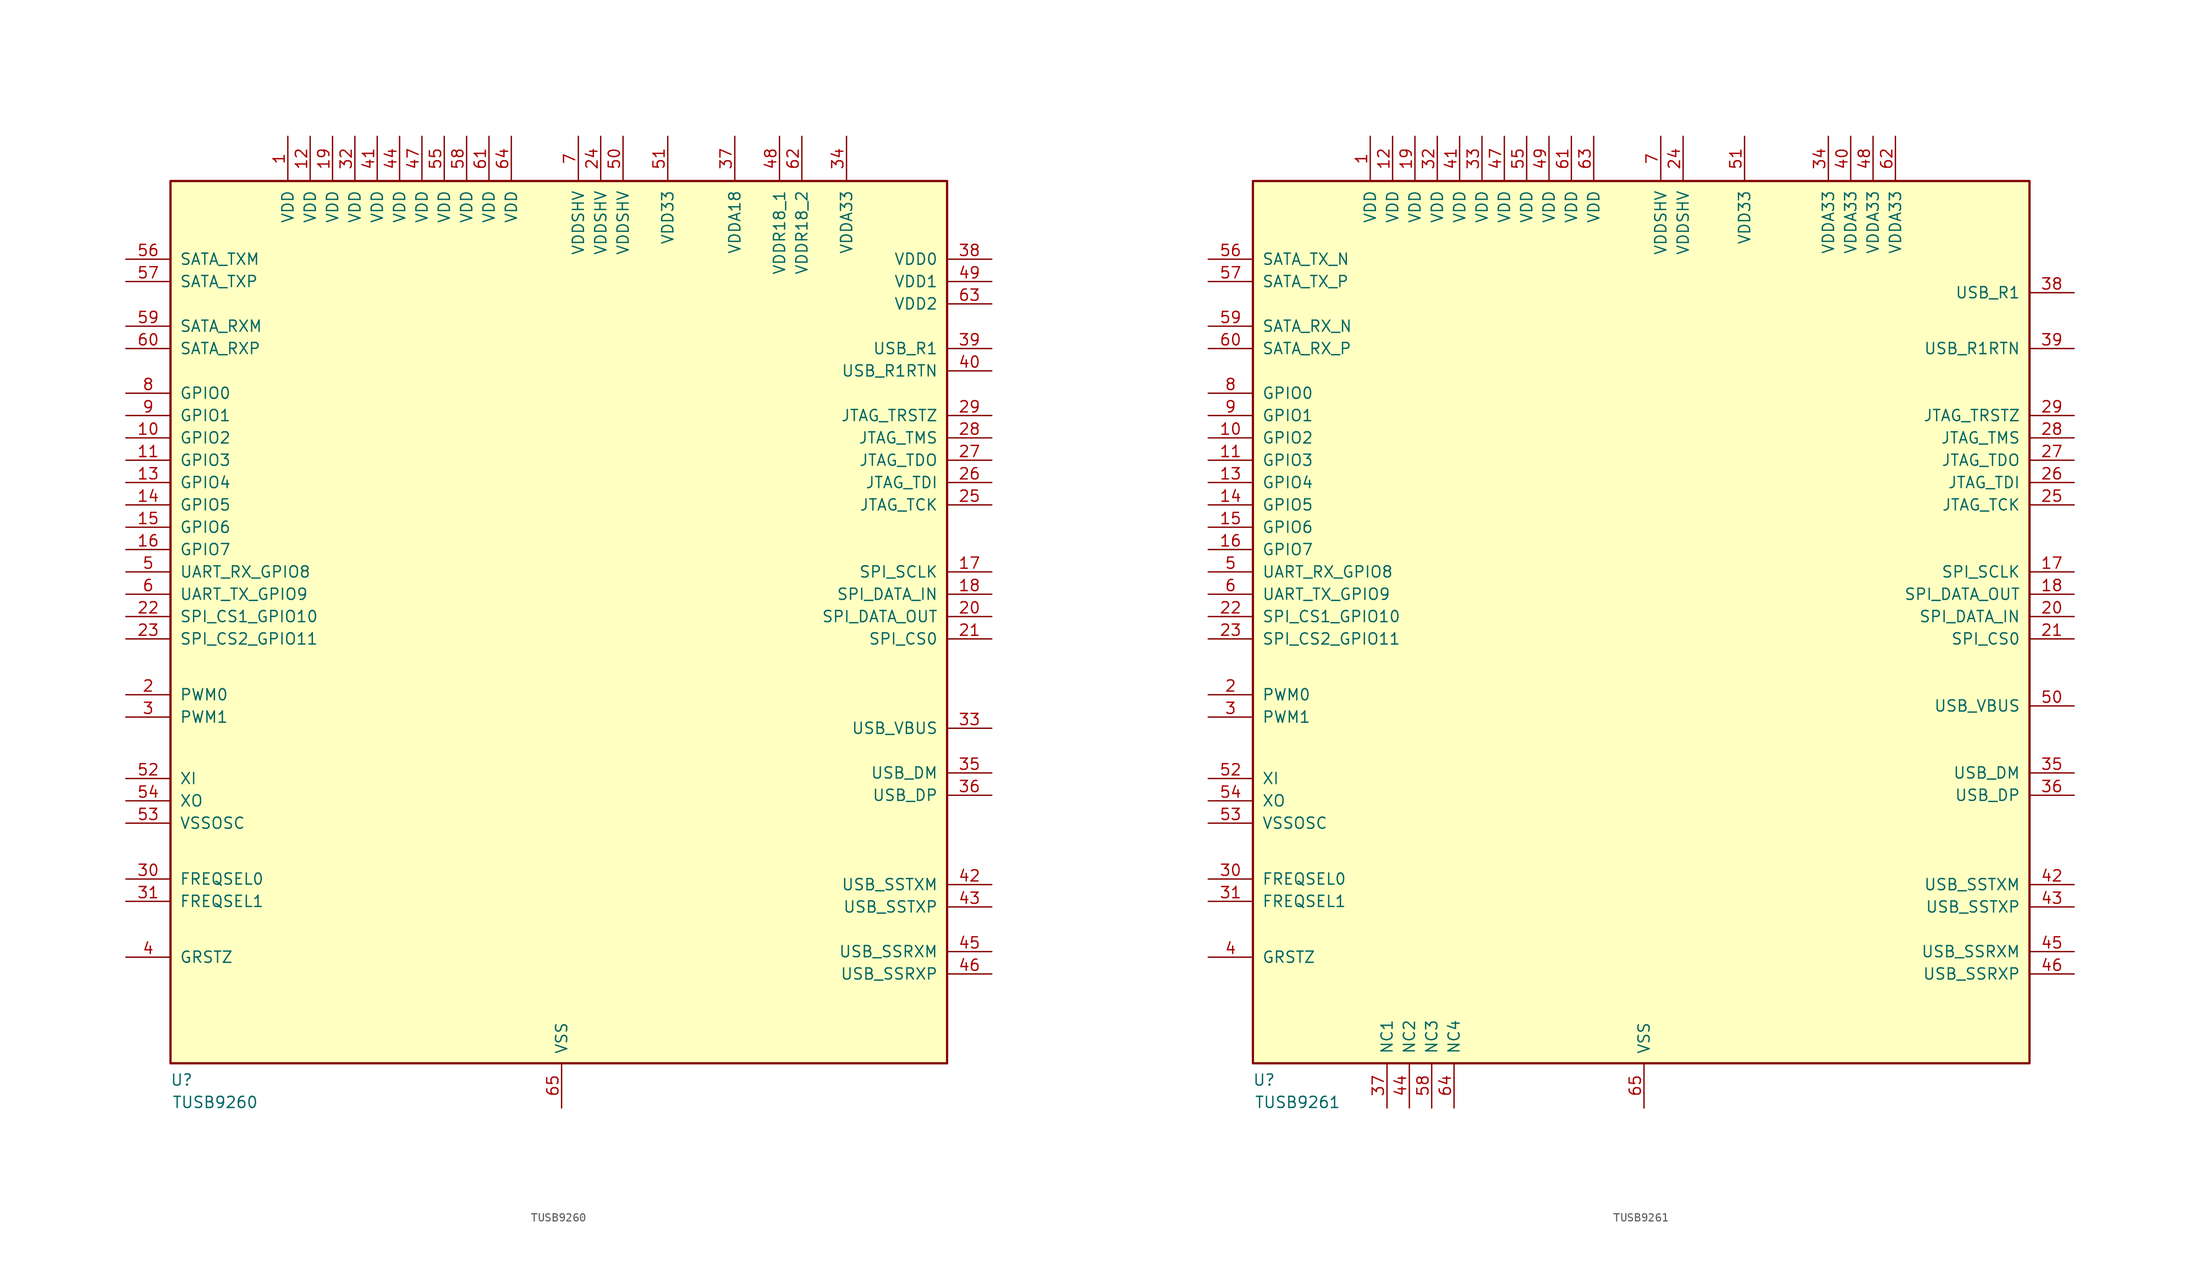
<source format=kicad_sym>
(kicad_symbol_lib
  (version 20211014)
  (generator kicad_symbol_editor)
  (symbol "TUSB9260"
    (pin_names
      (offset 1.016))
    (property "Reference" "U"
      (at -43.18 -43.815 0)
      (effects (font (size 1.27 1.27))))
    (property "Value" "TUSB9260"
      (at -39.37 -46.355 0)
      (effects (font (size 1.27 1.27))))
    (symbol "TUSB9260_0_1"
      (rectangle (start 43.815 58.42) (end -44.45 -41.91) (stroke (width 0.254) (type default) (color 0 0 0 0)) (fill (type background))))
    (symbol "TUSB9260_1_1"
      (pin power_in line (at -31.115 63.5 270) (length 5.08) (name "VDD" (effects (font (size 1.27 1.27)))) (number "1" (effects (font (size 1.27 1.27)))))
      (pin input line (at -49.53 29.21 0) (length 5.08) (name "GPIO2" (effects (font (size 1.27 1.27)))) (number "10" (effects (font (size 1.27 1.27)))))
      (pin input line (at -49.53 26.67 0) (length 5.08) (name "GPIO3" (effects (font (size 1.27 1.27)))) (number "11" (effects (font (size 1.27 1.27)))))
      (pin power_in line (at -28.575 63.5 270) (length 5.08) (name "VDD" (effects (font (size 1.27 1.27)))) (number "12" (effects (font (size 1.27 1.27)))))
      (pin input line (at -49.53 24.13 0) (length 5.08) (name "GPIO4" (effects (font (size 1.27 1.27)))) (number "13" (effects (font (size 1.27 1.27)))))
      (pin input line (at -49.53 21.59 0) (length 5.08) (name "GPIO5" (effects (font (size 1.27 1.27)))) (number "14" (effects (font (size 1.27 1.27)))))
      (pin input line (at -49.53 19.05 0) (length 5.08) (name "GPIO6" (effects (font (size 1.27 1.27)))) (number "15" (effects (font (size 1.27 1.27)))))
      (pin input line (at -49.53 16.51 0) (length 5.08) (name "GPIO7" (effects (font (size 1.27 1.27)))) (number "16" (effects (font (size 1.27 1.27)))))
      (pin input line (at 48.895 13.97 180) (length 5.08) (name "SPI_SCLK" (effects (font (size 1.27 1.27)))) (number "17" (effects (font (size 1.27 1.27)))))
      (pin input line (at 48.895 11.43 180) (length 5.08) (name "SPI_DATA_IN" (effects (font (size 1.27 1.27)))) (number "18" (effects (font (size 1.27 1.27)))))
      (pin power_in line (at -26.035 63.5 270) (length 5.08) (name "VDD" (effects (font (size 1.27 1.27)))) (number "19" (effects (font (size 1.27 1.27)))))
      (pin input line (at -49.53 0 0) (length 5.08) (name "PWM0" (effects (font (size 1.27 1.27)))) (number "2" (effects (font (size 1.27 1.27)))))
      (pin output line (at 48.895 8.89 180) (length 5.08) (name "SPI_DATA_OUT" (effects (font (size 1.27 1.27)))) (number "20" (effects (font (size 1.27 1.27)))))
      (pin input line (at 48.895 6.35 180) (length 5.08) (name "SPI_CS0" (effects (font (size 1.27 1.27)))) (number "21" (effects (font (size 1.27 1.27)))))
      (pin input line (at -49.53 8.89 0) (length 5.08) (name "SPI_CS1_GPIO10" (effects (font (size 1.27 1.27)))) (number "22" (effects (font (size 1.27 1.27)))))
      (pin input line (at -49.53 6.35 0) (length 5.08) (name "SPI_CS2_GPIO11" (effects (font (size 1.27 1.27)))) (number "23" (effects (font (size 1.27 1.27)))))
      (pin power_in line (at 4.445 63.5 270) (length 5.08) (name "VDDSHV" (effects (font (size 1.27 1.27)))) (number "24" (effects (font (size 1.27 1.27)))))
      (pin input line (at 48.895 21.59 180) (length 5.08) (name "JTAG_TCK" (effects (font (size 1.27 1.27)))) (number "25" (effects (font (size 1.27 1.27)))))
      (pin input line (at 48.895 24.13 180) (length 5.08) (name "JTAG_TDI" (effects (font (size 1.27 1.27)))) (number "26" (effects (font (size 1.27 1.27)))))
      (pin output line (at 48.895 26.67 180) (length 5.08) (name "JTAG_TDO" (effects (font (size 1.27 1.27)))) (number "27" (effects (font (size 1.27 1.27)))))
      (pin bidirectional line (at 48.895 29.21 180) (length 5.08) (name "JTAG_TMS" (effects (font (size 1.27 1.27)))) (number "28" (effects (font (size 1.27 1.27)))))
      (pin bidirectional line (at 48.895 31.75 180) (length 5.08) (name "JTAG_TRSTZ" (effects (font (size 1.27 1.27)))) (number "29" (effects (font (size 1.27 1.27)))))
      (pin input line (at -49.53 -2.54 0) (length 5.08) (name "PWM1" (effects (font (size 1.27 1.27)))) (number "3" (effects (font (size 1.27 1.27)))))
      (pin input line (at -49.53 -20.955 0) (length 5.08) (name "FREQSEL0" (effects (font (size 1.27 1.27)))) (number "30" (effects (font (size 1.27 1.27)))))
      (pin input line (at -49.53 -23.495 0) (length 5.08) (name "FREQSEL1" (effects (font (size 1.27 1.27)))) (number "31" (effects (font (size 1.27 1.27)))))
      (pin power_in line (at -23.495 63.5 270) (length 5.08) (name "VDD" (effects (font (size 1.27 1.27)))) (number "32" (effects (font (size 1.27 1.27)))))
      (pin input line (at 48.895 -3.81 180) (length 5.08) (name "USB_VBUS" (effects (font (size 1.27 1.27)))) (number "33" (effects (font (size 1.27 1.27)))))
      (pin power_in line (at 32.385 63.5 270) (length 5.08) (name "VDDA33" (effects (font (size 1.27 1.27)))) (number "34" (effects (font (size 1.27 1.27)))))
      (pin input line (at 48.895 -8.89 180) (length 5.08) (name "USB_DM" (effects (font (size 1.27 1.27)))) (number "35" (effects (font (size 1.27 1.27)))))
      (pin input line (at 48.895 -11.43 180) (length 5.08) (name "USB_DP" (effects (font (size 1.27 1.27)))) (number "36" (effects (font (size 1.27 1.27)))))
      (pin power_in line (at 19.685 63.5 270) (length 5.08) (name "VDDA18" (effects (font (size 1.27 1.27)))) (number "37" (effects (font (size 1.27 1.27)))))
      (pin power_in line (at 48.895 49.53 180) (length 5.08) (name "VDD0" (effects (font (size 1.27 1.27)))) (number "38" (effects (font (size 1.27 1.27)))))
      (pin input line (at 48.895 39.37 180) (length 5.08) (name "USB_R1" (effects (font (size 1.27 1.27)))) (number "39" (effects (font (size 1.27 1.27)))))
      (pin input line (at -49.53 -29.845 0) (length 5.08) (name "GRSTZ" (effects (font (size 1.27 1.27)))) (number "4" (effects (font (size 1.27 1.27)))))
      (pin input line (at 48.895 36.83 180) (length 5.08) (name "USB_R1RTN" (effects (font (size 1.27 1.27)))) (number "40" (effects (font (size 1.27 1.27)))))
      (pin power_in line (at -20.955 63.5 270) (length 5.08) (name "VDD" (effects (font (size 1.27 1.27)))) (number "41" (effects (font (size 1.27 1.27)))))
      (pin input line (at 48.895 -21.59 180) (length 5.08) (name "USB_SSTXM" (effects (font (size 1.27 1.27)))) (number "42" (effects (font (size 1.27 1.27)))))
      (pin input line (at 48.895 -24.13 180) (length 5.08) (name "USB_SSTXP" (effects (font (size 1.27 1.27)))) (number "43" (effects (font (size 1.27 1.27)))))
      (pin power_in line (at -18.415 63.5 270) (length 5.08) (name "VDD" (effects (font (size 1.27 1.27)))) (number "44" (effects (font (size 1.27 1.27)))))
      (pin input line (at 48.895 -29.21 180) (length 5.08) (name "USB_SSRXM" (effects (font (size 1.27 1.27)))) (number "45" (effects (font (size 1.27 1.27)))))
      (pin input line (at 48.895 -31.75 180) (length 5.08) (name "USB_SSRXP" (effects (font (size 1.27 1.27)))) (number "46" (effects (font (size 1.27 1.27)))))
      (pin power_in line (at -15.875 63.5 270) (length 5.08) (name "VDD" (effects (font (size 1.27 1.27)))) (number "47" (effects (font (size 1.27 1.27)))))
      (pin power_in line (at 24.765 63.5 270) (length 5.08) (name "VDDR18_1" (effects (font (size 1.27 1.27)))) (number "48" (effects (font (size 1.27 1.27)))))
      (pin power_in line (at 48.895 46.99 180) (length 5.08) (name "VDD1" (effects (font (size 1.27 1.27)))) (number "49" (effects (font (size 1.27 1.27)))))
      (pin input line (at -49.53 13.97 0) (length 5.08) (name "UART_RX_GPIO8" (effects (font (size 1.27 1.27)))) (number "5" (effects (font (size 1.27 1.27)))))
      (pin power_in line (at 6.985 63.5 270) (length 5.08) (name "VDDSHV" (effects (font (size 1.27 1.27)))) (number "50" (effects (font (size 1.27 1.27)))))
      (pin power_in line (at 12.065 63.5 270) (length 5.08) (name "VDD33" (effects (font (size 1.27 1.27)))) (number "51" (effects (font (size 1.27 1.27)))))
      (pin input line (at -49.53 -9.525 0) (length 5.08) (name "XI" (effects (font (size 1.27 1.27)))) (number "52" (effects (font (size 1.27 1.27)))))
      (pin input line (at -49.53 -14.605 0) (length 5.08) (name "VSSOSC" (effects (font (size 1.27 1.27)))) (number "53" (effects (font (size 1.27 1.27)))))
      (pin output line (at -49.53 -12.065 0) (length 5.08) (name "XO" (effects (font (size 1.27 1.27)))) (number "54" (effects (font (size 1.27 1.27)))))
      (pin power_in line (at -13.335 63.5 270) (length 5.08) (name "VDD" (effects (font (size 1.27 1.27)))) (number "55" (effects (font (size 1.27 1.27)))))
      (pin output line (at -49.53 49.53 0) (length 5.08) (name "SATA_TXM" (effects (font (size 1.27 1.27)))) (number "56" (effects (font (size 1.27 1.27)))))
      (pin output line (at -49.53 46.99 0) (length 5.08) (name "SATA_TXP" (effects (font (size 1.27 1.27)))) (number "57" (effects (font (size 1.27 1.27)))))
      (pin power_in line (at -10.795 63.5 270) (length 5.08) (name "VDD" (effects (font (size 1.27 1.27)))) (number "58" (effects (font (size 1.27 1.27)))))
      (pin input line (at -49.53 41.91 0) (length 5.08) (name "SATA_RXM" (effects (font (size 1.27 1.27)))) (number "59" (effects (font (size 1.27 1.27)))))
      (pin input line (at -49.53 11.43 0) (length 5.08) (name "UART_TX_GPIO9" (effects (font (size 1.27 1.27)))) (number "6" (effects (font (size 1.27 1.27)))))
      (pin input line (at -49.53 39.37 0) (length 5.08) (name "SATA_RXP" (effects (font (size 1.27 1.27)))) (number "60" (effects (font (size 1.27 1.27)))))
      (pin power_in line (at -8.255 63.5 270) (length 5.08) (name "VDD" (effects (font (size 1.27 1.27)))) (number "61" (effects (font (size 1.27 1.27)))))
      (pin power_in line (at 27.305 63.5 270) (length 5.08) (name "VDDR18_2" (effects (font (size 1.27 1.27)))) (number "62" (effects (font (size 1.27 1.27)))))
      (pin power_in line (at 48.895 44.45 180) (length 5.08) (name "VDD2" (effects (font (size 1.27 1.27)))) (number "63" (effects (font (size 1.27 1.27)))))
      (pin power_in line (at -5.715 63.5 270) (length 5.08) (name "VDD" (effects (font (size 1.27 1.27)))) (number "64" (effects (font (size 1.27 1.27)))))
      (pin power_in line (at 0 -46.99 90) (length 5.08) (name "VSS" (effects (font (size 1.27 1.27)))) (number "65" (effects (font (size 1.27 1.27)))))
      (pin power_in line (at 1.905 63.5 270) (length 5.08) (name "VDDSHV" (effects (font (size 1.27 1.27)))) (number "7" (effects (font (size 1.27 1.27)))))
      (pin input line (at -49.53 34.29 0) (length 5.08) (name "GPIO0" (effects (font (size 1.27 1.27)))) (number "8" (effects (font (size 1.27 1.27)))))
      (pin input line (at -49.53 31.75 0) (length 5.08) (name "GPIO1" (effects (font (size 1.27 1.27)))) (number "9" (effects (font (size 1.27 1.27)))))))
  (symbol "TUSB9261"
    (pin_names
      (offset 1.016))
    (property "Reference" "U"
      (at -43.18 -43.815 0)
      (effects (font (size 1.27 1.27))))
    (property "Value" "TUSB9261"
      (at -39.37 -46.355 0)
      (effects (font (size 1.27 1.27))))
    (symbol "TUSB9261_0_1"
      (rectangle (start 43.815 58.42) (end -44.45 -41.91) (stroke (width 0.254) (type default) (color 0 0 0 0)) (fill (type background))))
    (symbol "TUSB9261_1_1"
      (pin power_in line (at -31.115 63.5 270) (length 5.08) (name "VDD" (effects (font (size 1.27 1.27)))) (number "1" (effects (font (size 1.27 1.27)))))
      (pin input line (at -49.53 29.21 0) (length 5.08) (name "GPIO2" (effects (font (size 1.27 1.27)))) (number "10" (effects (font (size 1.27 1.27)))))
      (pin input line (at -49.53 26.67 0) (length 5.08) (name "GPIO3" (effects (font (size 1.27 1.27)))) (number "11" (effects (font (size 1.27 1.27)))))
      (pin power_in line (at -28.575 63.5 270) (length 5.08) (name "VDD" (effects (font (size 1.27 1.27)))) (number "12" (effects (font (size 1.27 1.27)))))
      (pin input line (at -49.53 24.13 0) (length 5.08) (name "GPIO4" (effects (font (size 1.27 1.27)))) (number "13" (effects (font (size 1.27 1.27)))))
      (pin input line (at -49.53 21.59 0) (length 5.08) (name "GPIO5" (effects (font (size 1.27 1.27)))) (number "14" (effects (font (size 1.27 1.27)))))
      (pin input line (at -49.53 19.05 0) (length 5.08) (name "GPIO6" (effects (font (size 1.27 1.27)))) (number "15" (effects (font (size 1.27 1.27)))))
      (pin input line (at -49.53 16.51 0) (length 5.08) (name "GPIO7" (effects (font (size 1.27 1.27)))) (number "16" (effects (font (size 1.27 1.27)))))
      (pin output line (at 48.895 13.97 180) (length 5.08) (name "SPI_SCLK" (effects (font (size 1.27 1.27)))) (number "17" (effects (font (size 1.27 1.27)))))
      (pin output line (at 48.895 11.43 180) (length 5.08) (name "SPI_DATA_OUT" (effects (font (size 1.27 1.27)))) (number "18" (effects (font (size 1.27 1.27)))))
      (pin power_in line (at -26.035 63.5 270) (length 5.08) (name "VDD" (effects (font (size 1.27 1.27)))) (number "19" (effects (font (size 1.27 1.27)))))
      (pin input line (at -49.53 0 0) (length 5.08) (name "PWM0" (effects (font (size 1.27 1.27)))) (number "2" (effects (font (size 1.27 1.27)))))
      (pin input line (at 48.895 8.89 180) (length 5.08) (name "SPI_DATA_IN" (effects (font (size 1.27 1.27)))) (number "20" (effects (font (size 1.27 1.27)))))
      (pin output line (at 48.895 6.35 180) (length 5.08) (name "SPI_CS0" (effects (font (size 1.27 1.27)))) (number "21" (effects (font (size 1.27 1.27)))))
      (pin input line (at -49.53 8.89 0) (length 5.08) (name "SPI_CS1_GPIO10" (effects (font (size 1.27 1.27)))) (number "22" (effects (font (size 1.27 1.27)))))
      (pin input line (at -49.53 6.35 0) (length 5.08) (name "SPI_CS2_GPIO11" (effects (font (size 1.27 1.27)))) (number "23" (effects (font (size 1.27 1.27)))))
      (pin power_in line (at 4.445 63.5 270) (length 5.08) (name "VDDSHV" (effects (font (size 1.27 1.27)))) (number "24" (effects (font (size 1.27 1.27)))))
      (pin input line (at 48.895 21.59 180) (length 5.08) (name "JTAG_TCK" (effects (font (size 1.27 1.27)))) (number "25" (effects (font (size 1.27 1.27)))))
      (pin input line (at 48.895 24.13 180) (length 5.08) (name "JTAG_TDI" (effects (font (size 1.27 1.27)))) (number "26" (effects (font (size 1.27 1.27)))))
      (pin output line (at 48.895 26.67 180) (length 5.08) (name "JTAG_TDO" (effects (font (size 1.27 1.27)))) (number "27" (effects (font (size 1.27 1.27)))))
      (pin bidirectional line (at 48.895 29.21 180) (length 5.08) (name "JTAG_TMS" (effects (font (size 1.27 1.27)))) (number "28" (effects (font (size 1.27 1.27)))))
      (pin bidirectional line (at 48.895 31.75 180) (length 5.08) (name "JTAG_TRSTZ" (effects (font (size 1.27 1.27)))) (number "29" (effects (font (size 1.27 1.27)))))
      (pin input line (at -49.53 -2.54 0) (length 5.08) (name "PWM1" (effects (font (size 1.27 1.27)))) (number "3" (effects (font (size 1.27 1.27)))))
      (pin input line (at -49.53 -20.955 0) (length 5.08) (name "FREQSEL0" (effects (font (size 1.27 1.27)))) (number "30" (effects (font (size 1.27 1.27)))))
      (pin input line (at -49.53 -23.495 0) (length 5.08) (name "FREQSEL1" (effects (font (size 1.27 1.27)))) (number "31" (effects (font (size 1.27 1.27)))))
      (pin power_in line (at -23.495 63.5 270) (length 5.08) (name "VDD" (effects (font (size 1.27 1.27)))) (number "32" (effects (font (size 1.27 1.27)))))
      (pin power_in line (at -18.415 63.5 270) (length 5.08) (name "VDD" (effects (font (size 1.27 1.27)))) (number "33" (effects (font (size 1.27 1.27)))))
      (pin power_in line (at 20.955 63.5 270) (length 5.08) (name "VDDA33" (effects (font (size 1.27 1.27)))) (number "34" (effects (font (size 1.27 1.27)))))
      (pin input line (at 48.895 -8.89 180) (length 5.08) (name "USB_DM" (effects (font (size 1.27 1.27)))) (number "35" (effects (font (size 1.27 1.27)))))
      (pin input line (at 48.895 -11.43 180) (length 5.08) (name "USB_DP" (effects (font (size 1.27 1.27)))) (number "36" (effects (font (size 1.27 1.27)))))
      (pin power_in line (at -29.21 -46.99 90) (length 5.08) (name "NC1" (effects (font (size 1.27 1.27)))) (number "37" (effects (font (size 1.27 1.27)))))
      (pin input line (at 48.895 45.72 180) (length 5.08) (name "USB_R1" (effects (font (size 1.27 1.27)))) (number "38" (effects (font (size 1.27 1.27)))))
      (pin input line (at 48.895 39.37 180) (length 5.08) (name "USB_R1RTN" (effects (font (size 1.27 1.27)))) (number "39" (effects (font (size 1.27 1.27)))))
      (pin input line (at -49.53 -29.845 0) (length 5.08) (name "GRSTZ" (effects (font (size 1.27 1.27)))) (number "4" (effects (font (size 1.27 1.27)))))
      (pin power_in line (at 23.495 63.5 270) (length 5.08) (name "VDDA33" (effects (font (size 1.27 1.27)))) (number "40" (effects (font (size 1.27 1.27)))))
      (pin power_in line (at -20.955 63.5 270) (length 5.08) (name "VDD" (effects (font (size 1.27 1.27)))) (number "41" (effects (font (size 1.27 1.27)))))
      (pin input line (at 48.895 -21.59 180) (length 5.08) (name "USB_SSTXM" (effects (font (size 1.27 1.27)))) (number "42" (effects (font (size 1.27 1.27)))))
      (pin input line (at 48.895 -24.13 180) (length 5.08) (name "USB_SSTXP" (effects (font (size 1.27 1.27)))) (number "43" (effects (font (size 1.27 1.27)))))
      (pin power_in line (at -26.67 -46.99 90) (length 5.08) (name "NC2" (effects (font (size 1.27 1.27)))) (number "44" (effects (font (size 1.27 1.27)))))
      (pin input line (at 48.895 -29.21 180) (length 5.08) (name "USB_SSRXM" (effects (font (size 1.27 1.27)))) (number "45" (effects (font (size 1.27 1.27)))))
      (pin input line (at 48.895 -31.75 180) (length 5.08) (name "USB_SSRXP" (effects (font (size 1.27 1.27)))) (number "46" (effects (font (size 1.27 1.27)))))
      (pin power_in line (at -15.875 63.5 270) (length 5.08) (name "VDD" (effects (font (size 1.27 1.27)))) (number "47" (effects (font (size 1.27 1.27)))))
      (pin power_in line (at 26.035 63.5 270) (length 5.08) (name "VDDA33" (effects (font (size 1.27 1.27)))) (number "48" (effects (font (size 1.27 1.27)))))
      (pin power_in line (at -10.795 63.5 270) (length 5.08) (name "VDD" (effects (font (size 1.27 1.27)))) (number "49" (effects (font (size 1.27 1.27)))))
      (pin input line (at -49.53 13.97 0) (length 5.08) (name "UART_RX_GPIO8" (effects (font (size 1.27 1.27)))) (number "5" (effects (font (size 1.27 1.27)))))
      (pin input line (at 48.895 -1.27 180) (length 5.08) (name "USB_VBUS" (effects (font (size 1.27 1.27)))) (number "50" (effects (font (size 1.27 1.27)))))
      (pin power_in line (at 11.43 63.5 270) (length 5.08) (name "VDD33" (effects (font (size 1.27 1.27)))) (number "51" (effects (font (size 1.27 1.27)))))
      (pin input line (at -49.53 -9.525 0) (length 5.08) (name "XI" (effects (font (size 1.27 1.27)))) (number "52" (effects (font (size 1.27 1.27)))))
      (pin input line (at -49.53 -14.605 0) (length 5.08) (name "VSSOSC" (effects (font (size 1.27 1.27)))) (number "53" (effects (font (size 1.27 1.27)))))
      (pin output line (at -49.53 -12.065 0) (length 5.08) (name "XO" (effects (font (size 1.27 1.27)))) (number "54" (effects (font (size 1.27 1.27)))))
      (pin power_in line (at -13.335 63.5 270) (length 5.08) (name "VDD" (effects (font (size 1.27 1.27)))) (number "55" (effects (font (size 1.27 1.27)))))
      (pin output line (at -49.53 49.53 0) (length 5.08) (name "SATA_TX_N" (effects (font (size 1.27 1.27)))) (number "56" (effects (font (size 1.27 1.27)))))
      (pin output line (at -49.53 46.99 0) (length 5.08) (name "SATA_TX_P" (effects (font (size 1.27 1.27)))) (number "57" (effects (font (size 1.27 1.27)))))
      (pin power_in line (at -24.13 -46.99 90) (length 5.08) (name "NC3" (effects (font (size 1.27 1.27)))) (number "58" (effects (font (size 1.27 1.27)))))
      (pin input line (at -49.53 41.91 0) (length 5.08) (name "SATA_RX_N" (effects (font (size 1.27 1.27)))) (number "59" (effects (font (size 1.27 1.27)))))
      (pin input line (at -49.53 11.43 0) (length 5.08) (name "UART_TX_GPIO9" (effects (font (size 1.27 1.27)))) (number "6" (effects (font (size 1.27 1.27)))))
      (pin input line (at -49.53 39.37 0) (length 5.08) (name "SATA_RX_P" (effects (font (size 1.27 1.27)))) (number "60" (effects (font (size 1.27 1.27)))))
      (pin power_in line (at -8.255 63.5 270) (length 5.08) (name "VDD" (effects (font (size 1.27 1.27)))) (number "61" (effects (font (size 1.27 1.27)))))
      (pin power_in line (at 28.575 63.5 270) (length 5.08) (name "VDDA33" (effects (font (size 1.27 1.27)))) (number "62" (effects (font (size 1.27 1.27)))))
      (pin power_in line (at -5.715 63.5 270) (length 5.08) (name "VDD" (effects (font (size 1.27 1.27)))) (number "63" (effects (font (size 1.27 1.27)))))
      (pin power_in line (at -21.59 -46.99 90) (length 5.08) (name "NC4" (effects (font (size 1.27 1.27)))) (number "64" (effects (font (size 1.27 1.27)))))
      (pin power_in line (at 0 -46.99 90) (length 5.08) (name "VSS" (effects (font (size 1.27 1.27)))) (number "65" (effects (font (size 1.27 1.27)))))
      (pin power_in line (at 1.905 63.5 270) (length 5.08) (name "VDDSHV" (effects (font (size 1.27 1.27)))) (number "7" (effects (font (size 1.27 1.27)))))
      (pin input line (at -49.53 34.29 0) (length 5.08) (name "GPIO0" (effects (font (size 1.27 1.27)))) (number "8" (effects (font (size 1.27 1.27)))))
      (pin input line (at -49.53 31.75 0) (length 5.08) (name "GPIO1" (effects (font (size 1.27 1.27)))) (number "9" (effects (font (size 1.27 1.27))))))))
</source>
